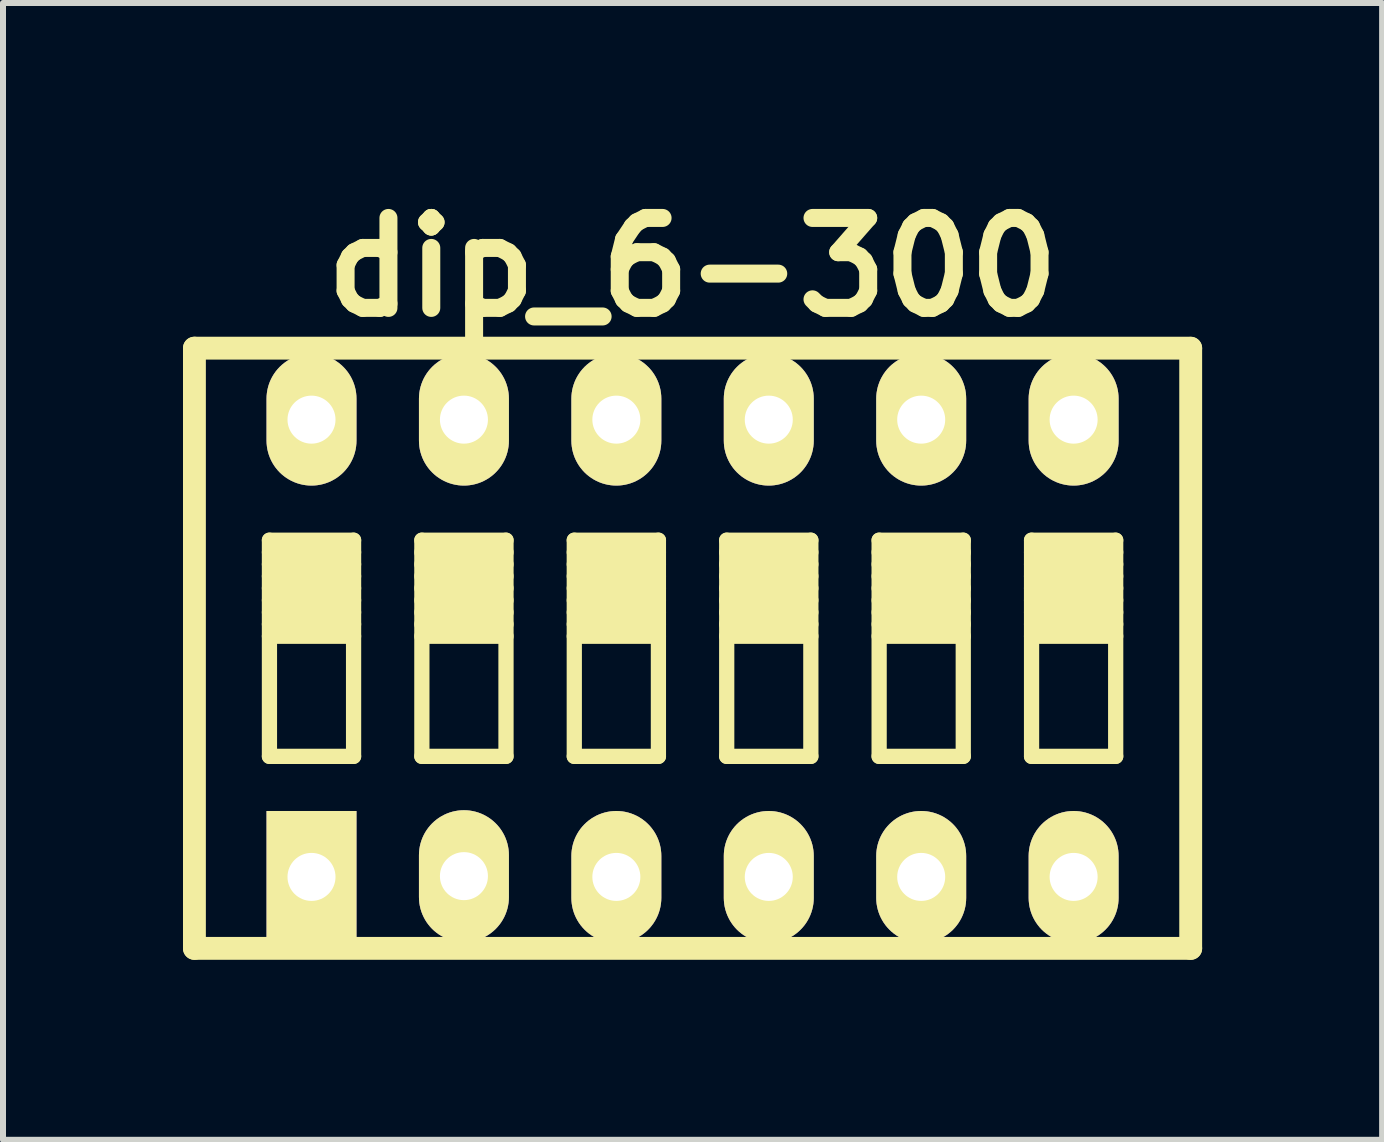
<source format=kicad_pcb>
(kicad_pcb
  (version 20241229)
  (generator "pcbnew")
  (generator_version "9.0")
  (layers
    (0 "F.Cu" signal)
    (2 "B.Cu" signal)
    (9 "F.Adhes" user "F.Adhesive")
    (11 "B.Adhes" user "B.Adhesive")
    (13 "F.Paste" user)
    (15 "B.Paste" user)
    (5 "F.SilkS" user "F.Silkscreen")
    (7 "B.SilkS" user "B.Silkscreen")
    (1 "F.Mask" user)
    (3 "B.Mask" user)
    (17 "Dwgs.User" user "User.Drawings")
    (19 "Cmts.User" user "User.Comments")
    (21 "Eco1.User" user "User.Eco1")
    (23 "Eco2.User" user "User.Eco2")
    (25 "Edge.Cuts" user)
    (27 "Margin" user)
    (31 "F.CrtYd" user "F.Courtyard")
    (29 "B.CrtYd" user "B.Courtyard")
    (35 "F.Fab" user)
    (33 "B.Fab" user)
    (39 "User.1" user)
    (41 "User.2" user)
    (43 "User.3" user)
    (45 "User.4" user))
  (footprint "dip_6-300"
    (layer "F.Cu")
    (at 8.491 7.753)
    (property "Reference" "dip_6-300" (at 0 -6.35 0) (layer "F.SilkS") (effects (font (size 1.499 1.499) (thickness 0.3))))
    (attr through_hole)
    (fp_line (start -8.301 5.001) (end -8.301 -5.001) (stroke (width 0.381) (type solid)) (layer "F.SilkS"))
    (fp_line (start -8.301 5.001) (end 8.301 5.001) (stroke (width 0.381) (type solid)) (layer "F.SilkS"))
    (fp_line (start -7.051 -1.801) (end -7.051 1.801) (stroke (width 0.254) (type solid)) (layer "F.SilkS"))
    (fp_line (start -7.051 -1.6) (end -5.649 -1.6) (stroke (width 0.254) (type solid)) (layer "F.SilkS"))
    (fp_line (start -7.051 -1.4) (end -5.649 -1.4) (stroke (width 0.254) (type solid)) (layer "F.SilkS"))
    (fp_line (start -7.051 -1.201) (end -5.649 -1.201) (stroke (width 0.254) (type solid)) (layer "F.SilkS"))
    (fp_line (start -7.051 -1.001) (end -5.649 -1.001) (stroke (width 0.254) (type solid)) (layer "F.SilkS"))
    (fp_line (start -7.051 -0.8) (end -5.649 -0.8) (stroke (width 0.254) (type solid)) (layer "F.SilkS"))
    (fp_line (start -7.051 -0.599) (end -5.649 -0.599) (stroke (width 0.254) (type solid)) (layer "F.SilkS"))
    (fp_line (start -7.051 -0.401) (end -5.649 -0.401) (stroke (width 0.254) (type solid)) (layer "F.SilkS"))
    (fp_line (start -7.051 -0.201) (end -5.649 -0.201) (stroke (width 0.254) (type solid)) (layer "F.SilkS"))
    (fp_line (start -7.051 1.801) (end -5.649 1.801) (stroke (width 0.254) (type solid)) (layer "F.SilkS"))
    (fp_line (start -5.649 -1.801) (end -7.051 -1.801) (stroke (width 0.254) (type solid)) (layer "F.SilkS"))
    (fp_line (start -5.649 1.801) (end -5.649 -1.801) (stroke (width 0.254) (type solid)) (layer "F.SilkS"))
    (fp_line (start -4.511 -1.801) (end -4.511 1.801) (stroke (width 0.254) (type solid)) (layer "F.SilkS"))
    (fp_line (start -4.511 -1.6) (end -3.109 -1.6) (stroke (width 0.254) (type solid)) (layer "F.SilkS"))
    (fp_line (start -4.511 -1.4) (end -3.109 -1.4) (stroke (width 0.254) (type solid)) (layer "F.SilkS"))
    (fp_line (start -4.511 -1.201) (end -3.109 -1.201) (stroke (width 0.254) (type solid)) (layer "F.SilkS"))
    (fp_line (start -4.511 -1.001) (end -3.109 -1.001) (stroke (width 0.254) (type solid)) (layer "F.SilkS"))
    (fp_line (start -4.511 -0.8) (end -3.109 -0.8) (stroke (width 0.254) (type solid)) (layer "F.SilkS"))
    (fp_line (start -4.511 -0.599) (end -3.109 -0.599) (stroke (width 0.254) (type solid)) (layer "F.SilkS"))
    (fp_line (start -4.511 -0.401) (end -3.109 -0.401) (stroke (width 0.254) (type solid)) (layer "F.SilkS"))
    (fp_line (start -4.511 -0.201) (end -3.109 -0.201) (stroke (width 0.254) (type solid)) (layer "F.SilkS"))
    (fp_line (start -4.511 1.801) (end -3.109 1.801) (stroke (width 0.254) (type solid)) (layer "F.SilkS"))
    (fp_line (start -3.109 -1.801) (end -4.511 -1.801) (stroke (width 0.254) (type solid)) (layer "F.SilkS"))
    (fp_line (start -3.109 1.801) (end -3.109 -1.801) (stroke (width 0.254) (type solid)) (layer "F.SilkS"))
    (fp_line (start -1.971 -1.801) (end -1.971 1.801) (stroke (width 0.254) (type solid)) (layer "F.SilkS"))
    (fp_line (start -1.971 -1.6) (end -0.569 -1.6) (stroke (width 0.254) (type solid)) (layer "F.SilkS"))
    (fp_line (start -1.971 -1.4) (end -0.569 -1.4) (stroke (width 0.254) (type solid)) (layer "F.SilkS"))
    (fp_line (start -1.971 -1.201) (end -0.569 -1.201) (stroke (width 0.254) (type solid)) (layer "F.SilkS"))
    (fp_line (start -1.971 -1.001) (end -0.569 -1.001) (stroke (width 0.254) (type solid)) (layer "F.SilkS"))
    (fp_line (start -1.971 -0.8) (end -0.569 -0.8) (stroke (width 0.254) (type solid)) (layer "F.SilkS"))
    (fp_line (start -1.971 -0.599) (end -0.569 -0.599) (stroke (width 0.254) (type solid)) (layer "F.SilkS"))
    (fp_line (start -1.971 -0.401) (end -0.569 -0.401) (stroke (width 0.254) (type solid)) (layer "F.SilkS"))
    (fp_line (start -1.971 -0.201) (end -0.569 -0.201) (stroke (width 0.254) (type solid)) (layer "F.SilkS"))
    (fp_line (start -1.971 1.801) (end -0.569 1.801) (stroke (width 0.254) (type solid)) (layer "F.SilkS"))
    (fp_line (start -0.569 -1.801) (end -1.971 -1.801) (stroke (width 0.254) (type solid)) (layer "F.SilkS"))
    (fp_line (start -0.569 1.801) (end -0.569 -1.801) (stroke (width 0.254) (type solid)) (layer "F.SilkS"))
    (fp_line (start 0.569 -1.801) (end 0.569 1.801) (stroke (width 0.254) (type solid)) (layer "F.SilkS"))
    (fp_line (start 0.569 -1.6) (end 1.971 -1.6) (stroke (width 0.254) (type solid)) (layer "F.SilkS"))
    (fp_line (start 0.569 -1.4) (end 1.971 -1.4) (stroke (width 0.254) (type solid)) (layer "F.SilkS"))
    (fp_line (start 0.569 -1.201) (end 1.971 -1.201) (stroke (width 0.254) (type solid)) (layer "F.SilkS"))
    (fp_line (start 0.569 -1.001) (end 1.971 -1.001) (stroke (width 0.254) (type solid)) (layer "F.SilkS"))
    (fp_line (start 0.569 -0.8) (end 1.971 -0.8) (stroke (width 0.254) (type solid)) (layer "F.SilkS"))
    (fp_line (start 0.569 -0.599) (end 1.971 -0.599) (stroke (width 0.254) (type solid)) (layer "F.SilkS"))
    (fp_line (start 0.569 -0.401) (end 1.971 -0.401) (stroke (width 0.254) (type solid)) (layer "F.SilkS"))
    (fp_line (start 0.569 -0.201) (end 1.971 -0.201) (stroke (width 0.254) (type solid)) (layer "F.SilkS"))
    (fp_line (start 0.569 1.801) (end 1.971 1.801) (stroke (width 0.254) (type solid)) (layer "F.SilkS"))
    (fp_line (start 1.971 -1.801) (end 0.569 -1.801) (stroke (width 0.254) (type solid)) (layer "F.SilkS"))
    (fp_line (start 1.971 1.801) (end 1.971 -1.801) (stroke (width 0.254) (type solid)) (layer "F.SilkS"))
    (fp_line (start 3.109 -1.801) (end 3.109 1.801) (stroke (width 0.254) (type solid)) (layer "F.SilkS"))
    (fp_line (start 3.109 -1.6) (end 4.511 -1.6) (stroke (width 0.254) (type solid)) (layer "F.SilkS"))
    (fp_line (start 3.109 -1.4) (end 4.511 -1.4) (stroke (width 0.254) (type solid)) (layer "F.SilkS"))
    (fp_line (start 3.109 -1.201) (end 4.511 -1.201) (stroke (width 0.254) (type solid)) (layer "F.SilkS"))
    (fp_line (start 3.109 -1.001) (end 4.511 -1.001) (stroke (width 0.254) (type solid)) (layer "F.SilkS"))
    (fp_line (start 3.109 -0.8) (end 4.511 -0.8) (stroke (width 0.254) (type solid)) (layer "F.SilkS"))
    (fp_line (start 3.109 -0.599) (end 4.511 -0.599) (stroke (width 0.254) (type solid)) (layer "F.SilkS"))
    (fp_line (start 3.109 -0.401) (end 4.511 -0.401) (stroke (width 0.254) (type solid)) (layer "F.SilkS"))
    (fp_line (start 3.109 -0.201) (end 4.511 -0.201) (stroke (width 0.254) (type solid)) (layer "F.SilkS"))
    (fp_line (start 3.109 1.801) (end 4.511 1.801) (stroke (width 0.254) (type solid)) (layer "F.SilkS"))
    (fp_line (start 4.511 -1.801) (end 3.109 -1.801) (stroke (width 0.254) (type solid)) (layer "F.SilkS"))
    (fp_line (start 4.511 1.801) (end 4.511 -1.801) (stroke (width 0.254) (type solid)) (layer "F.SilkS"))
    (fp_line (start 5.649 -1.801) (end 5.649 1.801) (stroke (width 0.254) (type solid)) (layer "F.SilkS"))
    (fp_line (start 5.649 -1.6) (end 7.051 -1.6) (stroke (width 0.254) (type solid)) (layer "F.SilkS"))
    (fp_line (start 5.649 -1.4) (end 7.051 -1.4) (stroke (width 0.254) (type solid)) (layer "F.SilkS"))
    (fp_line (start 5.649 -1.201) (end 7.051 -1.201) (stroke (width 0.254) (type solid)) (layer "F.SilkS"))
    (fp_line (start 5.649 -1.001) (end 7.051 -1.001) (stroke (width 0.254) (type solid)) (layer "F.SilkS"))
    (fp_line (start 5.649 -0.8) (end 7.051 -0.8) (stroke (width 0.254) (type solid)) (layer "F.SilkS"))
    (fp_line (start 5.649 -0.599) (end 7.051 -0.599) (stroke (width 0.254) (type solid)) (layer "F.SilkS"))
    (fp_line (start 5.649 -0.401) (end 7.051 -0.401) (stroke (width 0.254) (type solid)) (layer "F.SilkS"))
    (fp_line (start 5.649 -0.201) (end 7.051 -0.201) (stroke (width 0.254) (type solid)) (layer "F.SilkS"))
    (fp_line (start 5.649 1.801) (end 7.051 1.801) (stroke (width 0.254) (type solid)) (layer "F.SilkS"))
    (fp_line (start 7.051 -1.801) (end 5.649 -1.801) (stroke (width 0.254) (type solid)) (layer "F.SilkS"))
    (fp_line (start 7.051 1.801) (end 7.051 -1.801) (stroke (width 0.254) (type solid)) (layer "F.SilkS"))
    (fp_line (start 8.301 -5.001) (end -8.301 -5.001) (stroke (width 0.381) (type solid)) (layer "F.SilkS"))
    (fp_line (start 8.301 -4.999) (end 8.301 5.001) (stroke (width 0.381) (type solid)) (layer "F.SilkS"))
    (pad "1" thru_hole rect (at -6.35 3.81) (size 1.499 2.197) (drill 0.8) (layers "*.Cu" "*.Mask" "F.SilkS"))
    (pad "2" thru_hole oval (at -3.81 3.797) (size 1.499 2.197) (drill 0.8) (layers "*.Cu" "*.Mask" "F.SilkS"))
    (pad "3" thru_hole oval (at -1.27 3.81) (size 1.499 2.197) (drill 0.8) (layers "*.Cu" "*.Mask" "F.SilkS"))
    (pad "4" thru_hole oval (at 1.27 3.81) (size 1.499 2.197) (drill 0.8) (layers "*.Cu" "*.Mask" "F.SilkS"))
    (pad "5" thru_hole oval (at 3.81 3.81) (size 1.499 2.197) (drill 0.8) (layers "*.Cu" "*.Mask" "F.SilkS"))
    (pad "6" thru_hole oval (at 6.35 3.81) (size 1.499 2.197) (drill 0.8) (layers "*.Cu" "*.Mask" "F.SilkS"))
    (pad "7" thru_hole oval (at 6.35 -3.81) (size 1.499 2.197) (drill 0.8) (layers "*.Cu" "*.Mask" "F.SilkS"))
    (pad "8" thru_hole oval (at 3.81 -3.81) (size 1.499 2.197) (drill 0.8) (layers "*.Cu" "*.Mask" "F.SilkS"))
    (pad "9" thru_hole oval (at 1.27 -3.81) (size 1.499 2.197) (drill 0.8) (layers "*.Cu" "*.Mask" "F.SilkS"))
    (pad "10" thru_hole oval (at -1.27 -3.81) (size 1.499 2.197) (drill 0.8) (layers "*.Cu" "*.Mask" "F.SilkS"))
    (pad "11" thru_hole oval (at -3.81 -3.81) (size 1.499 2.197) (drill 0.8) (layers "*.Cu" "*.Mask" "F.SilkS"))
    (pad "12" thru_hole oval (at -6.35 -3.81) (size 1.499 2.197) (drill 0.8) (layers "*.Cu" "*.Mask" "F.SilkS")))
  (gr_rect
    (start -3 -3)
    (end 19.982 15.944)
    (stroke (width 0.1) (type default))
    (fill no)
    (layer "Edge.Cuts")))
</source>
